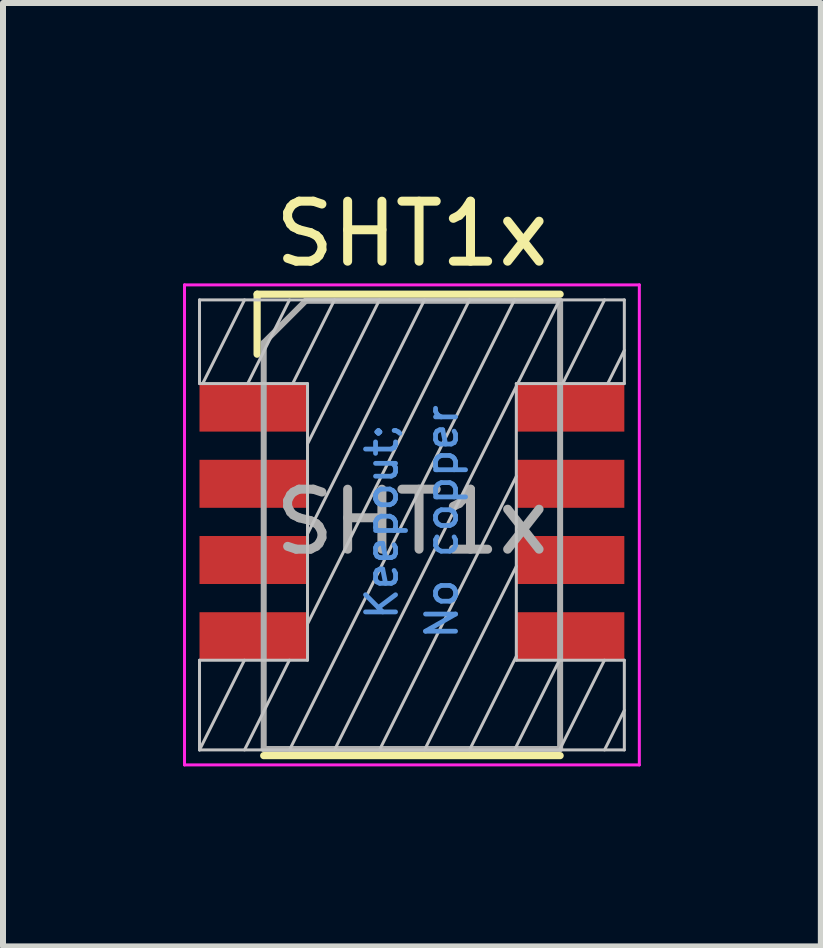
<source format=kicad_pcb>
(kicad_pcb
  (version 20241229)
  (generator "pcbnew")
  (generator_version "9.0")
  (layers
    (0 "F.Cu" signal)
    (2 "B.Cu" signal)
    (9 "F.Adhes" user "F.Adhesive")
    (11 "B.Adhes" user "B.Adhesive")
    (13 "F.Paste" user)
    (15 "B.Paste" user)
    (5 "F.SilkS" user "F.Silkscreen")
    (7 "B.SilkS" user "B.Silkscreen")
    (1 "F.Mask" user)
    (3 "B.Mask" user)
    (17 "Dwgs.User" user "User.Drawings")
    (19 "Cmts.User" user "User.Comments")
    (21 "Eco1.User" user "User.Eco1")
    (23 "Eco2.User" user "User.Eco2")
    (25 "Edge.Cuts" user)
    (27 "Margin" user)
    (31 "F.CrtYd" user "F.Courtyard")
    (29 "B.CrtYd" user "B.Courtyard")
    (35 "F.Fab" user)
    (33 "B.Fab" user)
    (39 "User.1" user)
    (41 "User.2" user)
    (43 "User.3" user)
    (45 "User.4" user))
  (footprint "SHT1x"
    (layer "F.Cu")
    (at 3.815 5.648)
    (property "Reference" "SHT1x" (at 0 -4.8 0) (layer "F.SilkS") (effects (font (size 1 1) (thickness 0.15))))
    (attr smd)
    (fp_line (start -2.58 -3.795) (end 2.47 -3.795) (stroke (width 0.12) (type solid)) (layer "F.SilkS"))
    (fp_line (start -2.58 -2.795) (end -2.58 -3.795) (stroke (width 0.12) (type solid)) (layer "F.SilkS"))
    (fp_line (start -2.47 3.895) (end 2.47 3.895) (stroke (width 0.12) (type solid)) (layer "F.SilkS"))
    (fp_line (start -3.54 -3.7) (end 3.54 -3.7) (stroke (width 0.05) (type solid)) (layer "Dwgs.User"))
    (fp_line (start -3.54 -2.305) (end -3.54 -3.7) (stroke (width 0.05) (type solid)) (layer "Dwgs.User"))
    (fp_line (start -3.54 2.305) (end -1.74 2.305) (stroke (width 0.05) (type solid)) (layer "Dwgs.User"))
    (fp_line (start -3.54 3.8) (end -3.54 2.305) (stroke (width 0.05) (type solid)) (layer "Dwgs.User"))
    (fp_line (start -3.54 3.8) (end -2.792 2.305) (stroke (width 0.05) (type solid)) (layer "Dwgs.User"))
    (fp_line (start -3.487 -2.305) (end -2.79 -3.7) (stroke (width 0.05) (type solid)) (layer "Dwgs.User"))
    (fp_line (start -2.79 3.8) (end -2.042 2.305) (stroke (width 0.05) (type solid)) (layer "Dwgs.User"))
    (fp_line (start -2.737 -2.305) (end -2.04 -3.7) (stroke (width 0.05) (type solid)) (layer "Dwgs.User"))
    (fp_line (start -2.04 3.8) (end 1.71 -3.7) (stroke (width 0.05) (type solid)) (layer "Dwgs.User"))
    (fp_line (start -1.987 -2.305) (end -1.29 -3.7) (stroke (width 0.05) (type solid)) (layer "Dwgs.User"))
    (fp_line (start -1.74 -2.305) (end -3.54 -2.305) (stroke (width 0.05) (type solid)) (layer "Dwgs.User"))
    (fp_line (start -1.74 -1.3) (end -0.54 -3.7) (stroke (width 0.05) (type solid)) (layer "Dwgs.User"))
    (fp_line (start -1.74 0.2) (end 0.21 -3.7) (stroke (width 0.05) (type solid)) (layer "Dwgs.User"))
    (fp_line (start -1.74 1.7) (end 0.96 -3.7) (stroke (width 0.05) (type solid)) (layer "Dwgs.User"))
    (fp_line (start -1.74 2.305) (end -1.74 -2.305) (stroke (width 0.05) (type solid)) (layer "Dwgs.User"))
    (fp_line (start -1.29 3.8) (end 1.74 -2.26) (stroke (width 0.05) (type solid)) (layer "Dwgs.User"))
    (fp_line (start -0.54 3.8) (end 1.74 -0.76) (stroke (width 0.05) (type solid)) (layer "Dwgs.User"))
    (fp_line (start 0.21 3.8) (end 1.74 0.74) (stroke (width 0.05) (type solid)) (layer "Dwgs.User"))
    (fp_line (start 0.96 3.8) (end 1.74 2.24) (stroke (width 0.05) (type solid)) (layer "Dwgs.User"))
    (fp_line (start 1.71 3.8) (end 2.458 2.305) (stroke (width 0.05) (type solid)) (layer "Dwgs.User"))
    (fp_line (start 1.74 -2.305) (end 1.74 2.305) (stroke (width 0.05) (type solid)) (layer "Dwgs.User"))
    (fp_line (start 1.74 2.305) (end 3.54 2.305) (stroke (width 0.05) (type solid)) (layer "Dwgs.User"))
    (fp_line (start 1.763 -2.305) (end 2.46 -3.7) (stroke (width 0.05) (type solid)) (layer "Dwgs.User"))
    (fp_line (start 2.46 3.8) (end 3.208 2.305) (stroke (width 0.05) (type solid)) (layer "Dwgs.User"))
    (fp_line (start 2.513 -2.305) (end 3.21 -3.7) (stroke (width 0.05) (type solid)) (layer "Dwgs.User"))
    (fp_line (start 3.21 3.8) (end 3.54 3.14) (stroke (width 0.05) (type solid)) (layer "Dwgs.User"))
    (fp_line (start 3.263 -2.305) (end 3.54 -2.86) (stroke (width 0.05) (type solid)) (layer "Dwgs.User"))
    (fp_line (start 3.54 -3.7) (end 3.54 -2.305) (stroke (width 0.05) (type solid)) (layer "Dwgs.User"))
    (fp_line (start 3.54 -2.305) (end 1.74 -2.305) (stroke (width 0.05) (type solid)) (layer "Dwgs.User"))
    (fp_line (start 3.54 2.305) (end 3.54 3.8) (stroke (width 0.05) (type solid)) (layer "Dwgs.User"))
    (fp_line (start 3.54 3.8) (end -3.54 3.8) (stroke (width 0.05) (type solid)) (layer "Dwgs.User"))
    (fp_line (start -3.79 -3.95) (end 3.79 -3.95) (stroke (width 0.05) (type solid)) (layer "F.CrtYd"))
    (fp_line (start -3.79 4.05) (end -3.79 -3.95) (stroke (width 0.05) (type solid)) (layer "F.CrtYd"))
    (fp_line (start 3.79 -3.95) (end 3.79 4.05) (stroke (width 0.05) (type solid)) (layer "F.CrtYd"))
    (fp_line (start 3.79 4.05) (end -3.79 4.05) (stroke (width 0.05) (type solid)) (layer "F.CrtYd"))
    (fp_line (start -2.47 -2.985) (end -1.77 -3.685) (stroke (width 0.1) (type solid)) (layer "F.Fab"))
    (fp_line (start -2.47 3.785) (end -2.47 -2.985) (stroke (width 0.1) (type solid)) (layer "F.Fab"))
    (fp_line (start -1.77 -3.685) (end 2.47 -3.685) (stroke (width 0.1) (type solid)) (layer "F.Fab"))
    (fp_line (start 2.47 -3.685) (end 2.47 3.785) (stroke (width 0.1) (type solid)) (layer "F.Fab"))
    (fp_line (start 2.47 3.785) (end -2.47 3.785) (stroke (width 0.1) (type solid)) (layer "F.Fab"))
    (fp_text user "Keepout;" (at -0.5 0 90) (layer "Cmts.User") (effects (font (size 0.5 0.5) (thickness 0.08))))
    (fp_text user "No copper" (at 0.5 0 90) (layer "Cmts.User") (effects (font (size 0.5 0.5) (thickness 0.08))))
    (fp_text user "${REFERENCE}" (at 0 0 0) (layer "F.Fab") (effects (font (size 1 1) (thickness 0.15))))
    (pad "1" smd rect (at -2.64 -1.905) (size 1.8 0.8) (layers "F.Cu" "F.Mask" "F.Paste"))
    (pad "2" smd rect (at -2.64 -0.635) (size 1.8 0.8) (layers "F.Cu" "F.Mask" "F.Paste"))
    (pad "3" smd rect (at -2.64 0.635) (size 1.8 0.8) (layers "F.Cu" "F.Mask" "F.Paste"))
    (pad "4" smd rect (at -2.64 1.905) (size 1.8 0.8) (layers "F.Cu" "F.Mask" "F.Paste"))
    (pad "5" smd rect (at 2.64 1.905) (size 1.8 0.8) (layers "F.Cu" "F.Mask" "F.Paste"))
    (pad "6" smd rect (at 2.64 0.635) (size 1.8 0.8) (layers "F.Cu" "F.Mask" "F.Paste"))
    (pad "7" smd rect (at 2.64 -0.635) (size 1.8 0.8) (layers "F.Cu" "F.Mask" "F.Paste"))
    (pad "8" smd rect (at 2.64 -1.905) (size 1.8 0.8) (layers "F.Cu" "F.Mask" "F.Paste")))
  (gr_rect
    (start -3 -3)
    (end 10.63 12.723)
    (stroke (width 0.1) (type default))
    (fill no)
    (layer "Edge.Cuts")))
</source>
